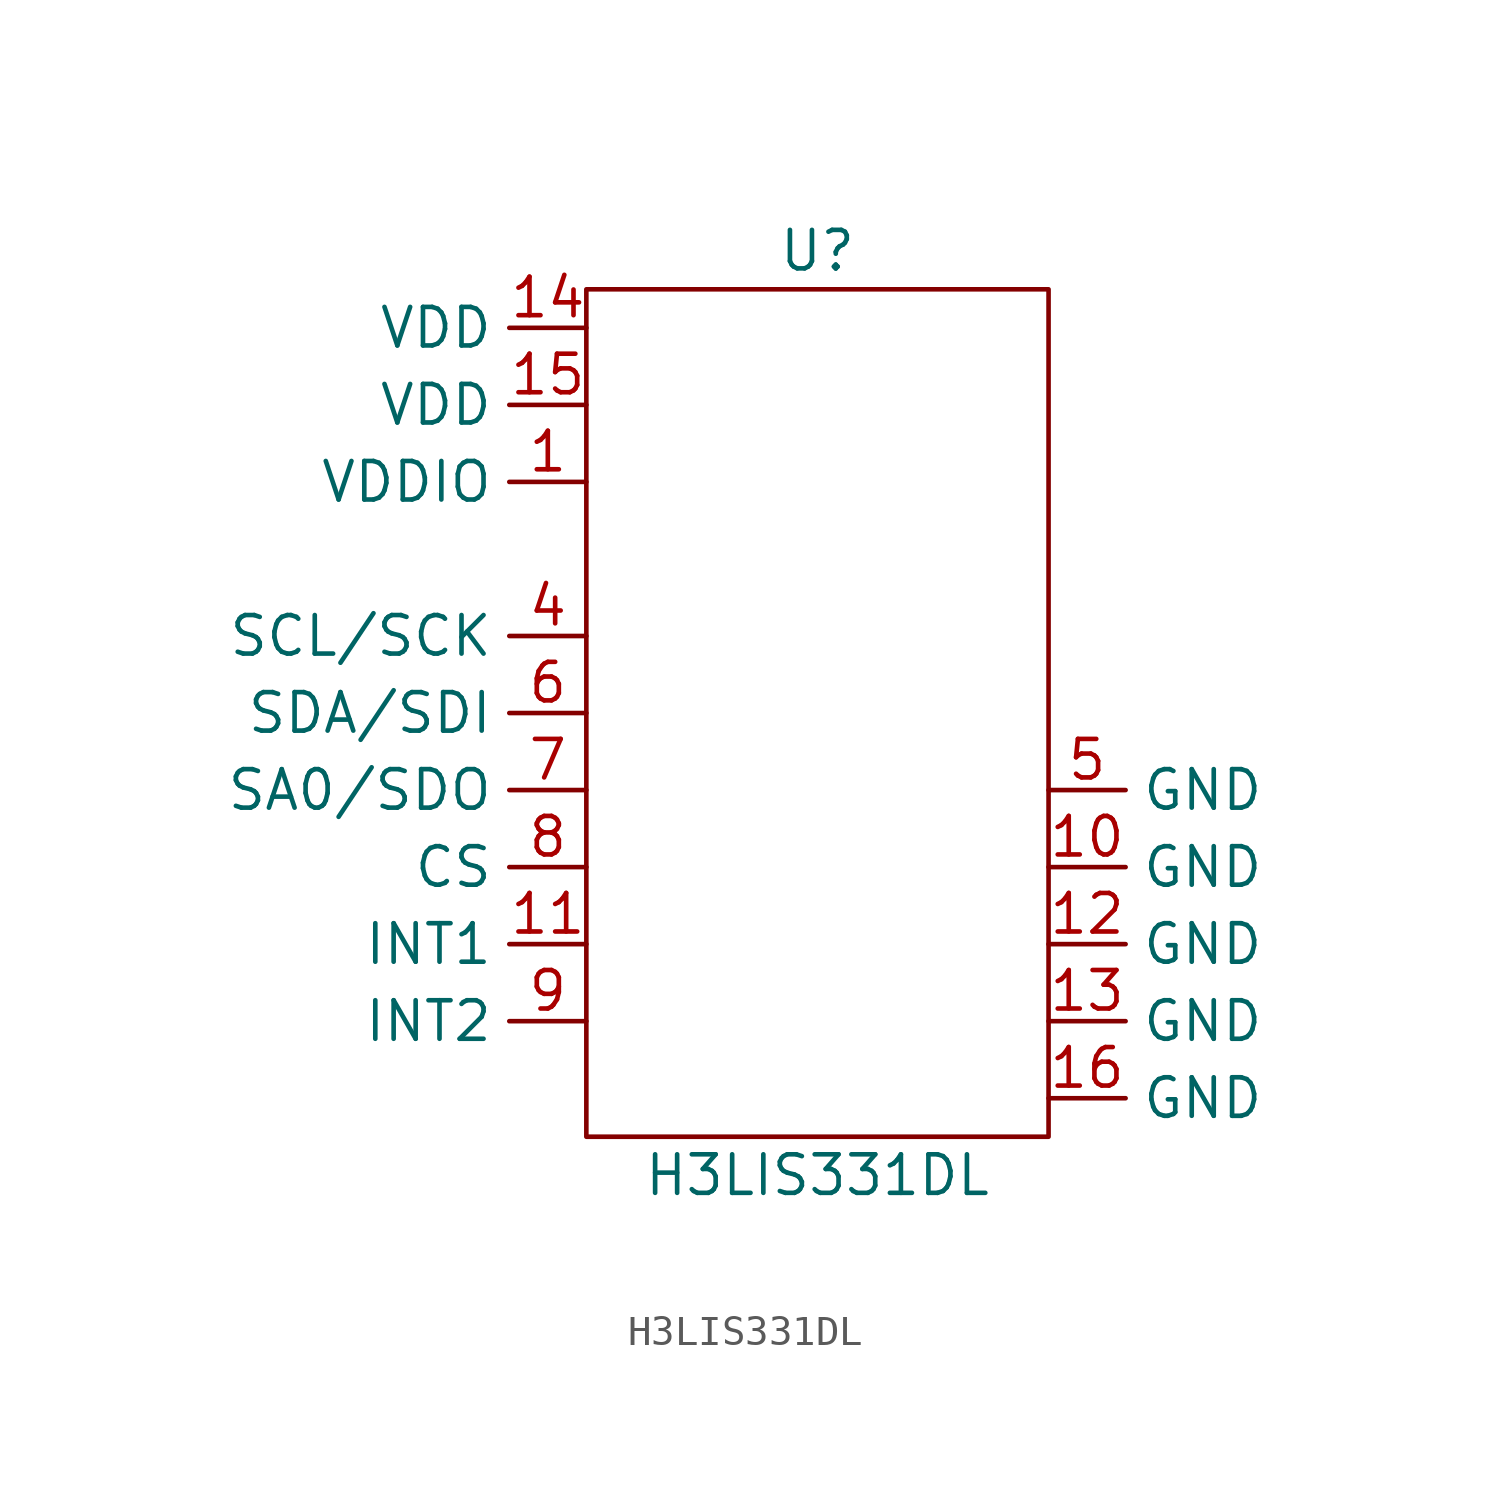
<source format=kicad_sym>
(kicad_symbol_lib
  (version 20211014)
  (generator kicad_symbol_editor)
  (symbol "H3LIS331DL"
    (property "Reference" "U"
      (at 0 16.51 0)
      (effects (font (size 1.27 1.27))))
    (property "Value" "H3LIS331DL"
      (at 0 -13.97 0)
      (effects (font (size 1.27 1.27))))
    (symbol "H3LIS331DL_0_1"
      (rectangle (start -7.62 15.24) (end 7.62 -12.7) (stroke (width 0.152) (type default) (color 0 0 0 0)) (fill (type none))))
    (symbol "H3LIS331DL_1_1"
      (pin power_in line (at -7.62 8.89 180) (length 2.54) (name "VDDIO" (effects (font (size 1.27 1.27)))) (number "1" (effects (font (size 1.27 1.27)))))
      (pin power_out line (at 7.62 -3.81 0) (length 2.54) (name "GND" (effects (font (size 1.27 1.27)))) (number "10" (effects (font (size 1.27 1.27)))))
      (pin output line (at -7.62 -6.35 180) (length 2.54) (name "INT1" (effects (font (size 1.27 1.27)))) (number "11" (effects (font (size 1.27 1.27)))))
      (pin power_out line (at 7.62 -6.35 0) (length 2.54) (name "GND" (effects (font (size 1.27 1.27)))) (number "12" (effects (font (size 1.27 1.27)))))
      (pin power_out line (at 7.62 -8.89 0) (length 2.54) (name "GND" (effects (font (size 1.27 1.27)))) (number "13" (effects (font (size 1.27 1.27)))))
      (pin power_in line (at -7.62 13.97 180) (length 2.54) (name "VDD" (effects (font (size 1.27 1.27)))) (number "14" (effects (font (size 1.27 1.27)))))
      (pin power_in line (at -7.62 11.43 180) (length 2.54) (name "VDD" (effects (font (size 1.27 1.27)))) (number "15" (effects (font (size 1.27 1.27)))))
      (pin power_out line (at 7.62 -11.43 0) (length 2.54) (name "GND" (effects (font (size 1.27 1.27)))) (number "16" (effects (font (size 1.27 1.27)))))
      (pin input line (at -7.62 3.81 180) (length 2.54) (name "SCL/SCK" (effects (font (size 1.27 1.27)))) (number "4" (effects (font (size 1.27 1.27)))))
      (pin power_out line (at 7.62 -1.27 0) (length 2.54) (name "GND" (effects (font (size 1.27 1.27)))) (number "5" (effects (font (size 1.27 1.27)))))
      (pin input line (at -7.62 1.27 180) (length 2.54) (name "SDA/SDI" (effects (font (size 1.27 1.27)))) (number "6" (effects (font (size 1.27 1.27)))))
      (pin output line (at -7.62 -1.27 180) (length 2.54) (name "SA0/SDO" (effects (font (size 1.27 1.27)))) (number "7" (effects (font (size 1.27 1.27)))))
      (pin output line (at -7.62 -3.81 180) (length 2.54) (name "CS" (effects (font (size 1.27 1.27)))) (number "8" (effects (font (size 1.27 1.27)))))
      (pin output line (at -7.62 -8.89 180) (length 2.54) (name "INT2" (effects (font (size 1.27 1.27)))) (number "9" (effects (font (size 1.27 1.27))))))))
</source>
